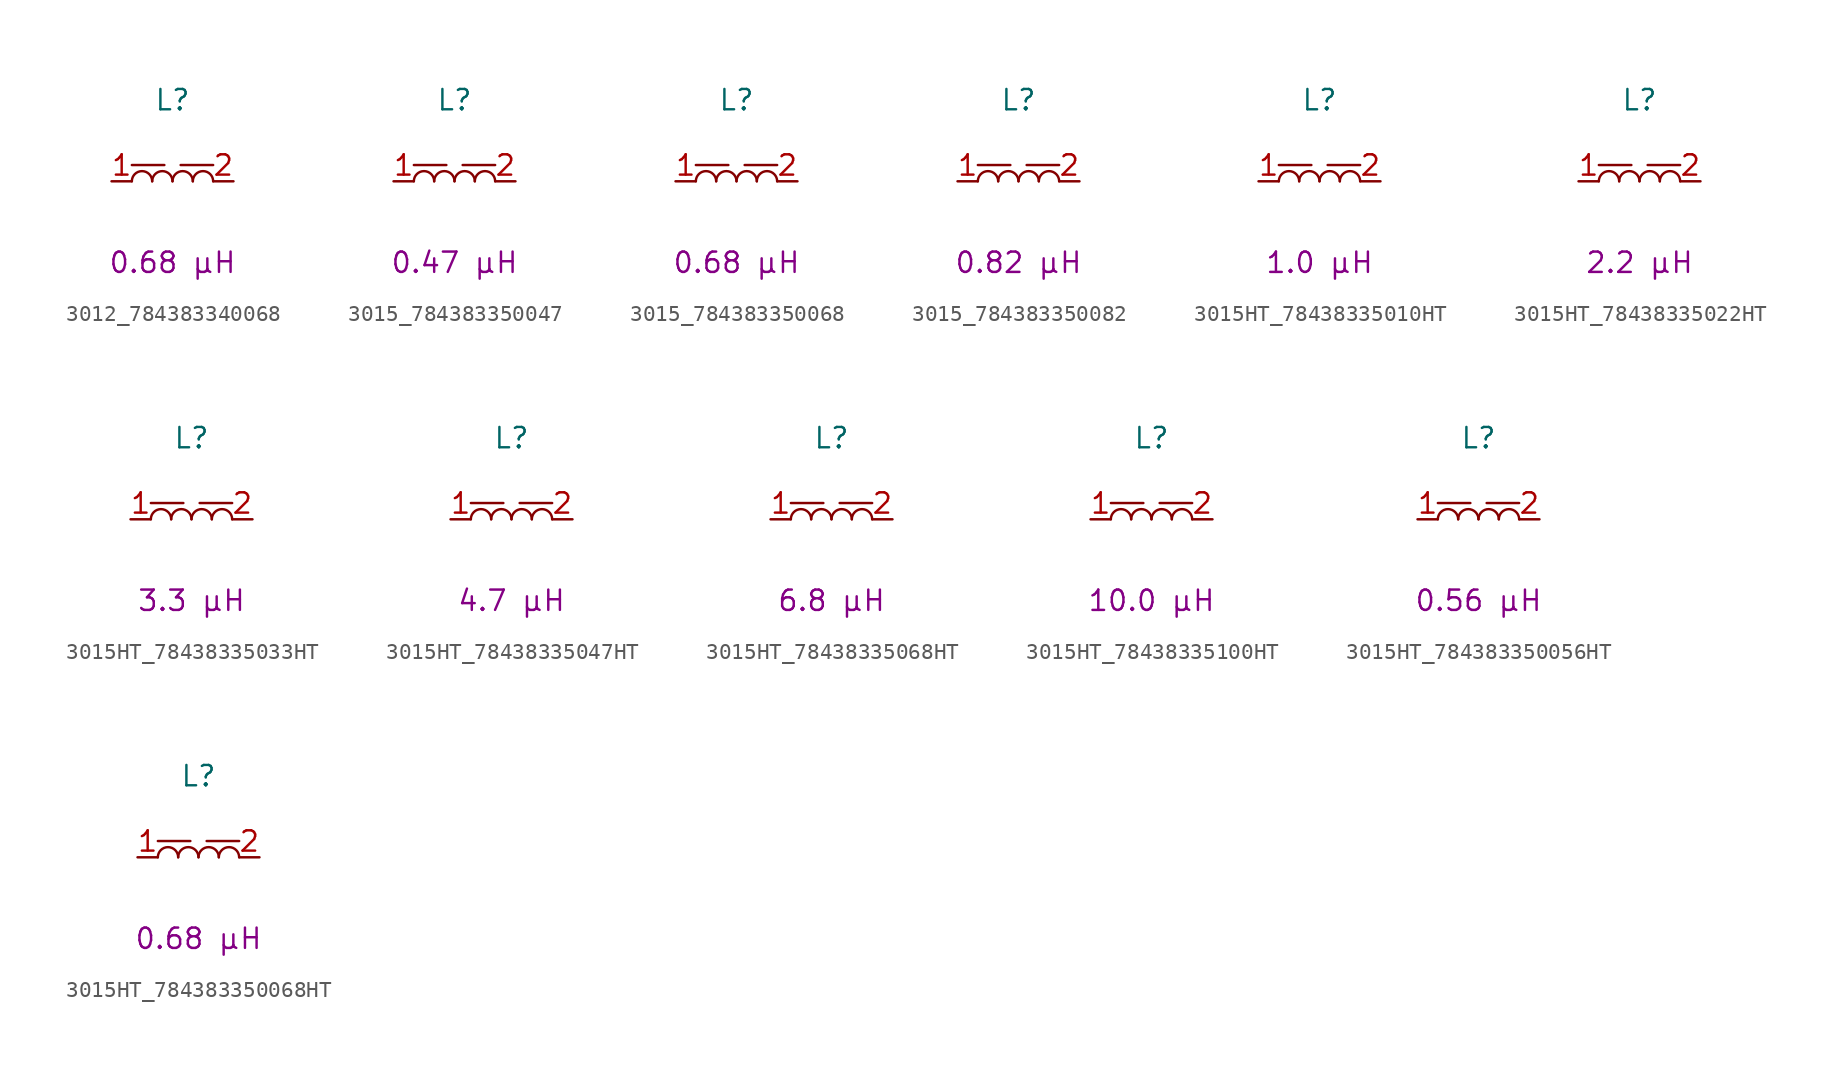
<source format=kicad_sym>
(kicad_symbol_lib
  (version 20220914)
  (generator kicad_symbol_editor)
  (symbol "3012_784383340068"
    (pin_names hide)
    (property "Reference" "L"
      (at 0 5.08 0)
      (effects (font (size 1.27 1.27))))
    (property "Critical Parameter" "0.68 µH"
      (at 0 -5.08 0)
      (effects (font (size 1.27 1.27))))
    (symbol "3012_784383340068_0_1"
      (arc (start -1.27 0) (mid -1.905 0.6323) (end -2.54 0) (stroke (width 0) (type default)) (fill (type none)))
      (arc (start 0 0) (mid -0.635 0.6323) (end -1.27 0) (stroke (width 0) (type default)) (fill (type none)))
      (polyline (pts (xy -2.54 1.016) (xy -0.508 1.016)) (stroke (width 0) (type default)) (fill (type none)))
      (arc (start 1.27 0) (mid 0.635 0.6323) (end 0 0) (stroke (width 0) (type default)) (fill (type none)))
      (arc (start 2.54 0) (mid 1.905 0.6323) (end 1.27 0) (stroke (width 0) (type default)) (fill (type none))))
    (symbol "3012_784383340068_1_1"
      (polyline (pts (xy 2.54 1.016) (xy 0.508 1.016)) (stroke (width 0) (type default)) (fill (type none)))
      (pin passive line (at -3.81 0 0) (length 1.27) (name "1" (effects (font (size 1.27 1.27)))) (number "1" (effects (font (size 1.27 1.27)))))
      (pin passive line (at 3.81 0 180) (length 1.27) (name "2" (effects (font (size 1.27 1.27)))) (number "2" (effects (font (size 1.27 1.27)))))))
  (symbol "3015_784383350047"
    (pin_names hide)
    (property "Reference" "L"
      (at 0 5.08 0)
      (effects (font (size 1.27 1.27))))
    (property "Critical Parameter" "0.47 µH"
      (at 0 -5.08 0)
      (effects (font (size 1.27 1.27))))
    (symbol "3015_784383350047_0_1"
      (arc (start -1.27 0) (mid -1.905 0.6323) (end -2.54 0) (stroke (width 0) (type default)) (fill (type none)))
      (arc (start 0 0) (mid -0.635 0.6323) (end -1.27 0) (stroke (width 0) (type default)) (fill (type none)))
      (polyline (pts (xy -2.54 1.016) (xy -0.508 1.016)) (stroke (width 0) (type default)) (fill (type none)))
      (arc (start 1.27 0) (mid 0.635 0.6323) (end 0 0) (stroke (width 0) (type default)) (fill (type none)))
      (arc (start 2.54 0) (mid 1.905 0.6323) (end 1.27 0) (stroke (width 0) (type default)) (fill (type none))))
    (symbol "3015_784383350047_1_1"
      (polyline (pts (xy 2.54 1.016) (xy 0.508 1.016)) (stroke (width 0) (type default)) (fill (type none)))
      (pin passive line (at -3.81 0 0) (length 1.27) (name "1" (effects (font (size 1.27 1.27)))) (number "1" (effects (font (size 1.27 1.27)))))
      (pin passive line (at 3.81 0 180) (length 1.27) (name "2" (effects (font (size 1.27 1.27)))) (number "2" (effects (font (size 1.27 1.27)))))))
  (symbol "3015_784383350068"
    (pin_names hide)
    (property "Reference" "L"
      (at 0 5.08 0)
      (effects (font (size 1.27 1.27))))
    (property "Critical Parameter" "0.68 µH"
      (at 0 -5.08 0)
      (effects (font (size 1.27 1.27))))
    (symbol "3015_784383350068_0_1"
      (arc (start -1.27 0) (mid -1.905 0.6323) (end -2.54 0) (stroke (width 0) (type default)) (fill (type none)))
      (arc (start 0 0) (mid -0.635 0.6323) (end -1.27 0) (stroke (width 0) (type default)) (fill (type none)))
      (polyline (pts (xy -2.54 1.016) (xy -0.508 1.016)) (stroke (width 0) (type default)) (fill (type none)))
      (arc (start 1.27 0) (mid 0.635 0.6323) (end 0 0) (stroke (width 0) (type default)) (fill (type none)))
      (arc (start 2.54 0) (mid 1.905 0.6323) (end 1.27 0) (stroke (width 0) (type default)) (fill (type none))))
    (symbol "3015_784383350068_1_1"
      (polyline (pts (xy 2.54 1.016) (xy 0.508 1.016)) (stroke (width 0) (type default)) (fill (type none)))
      (pin passive line (at -3.81 0 0) (length 1.27) (name "1" (effects (font (size 1.27 1.27)))) (number "1" (effects (font (size 1.27 1.27)))))
      (pin passive line (at 3.81 0 180) (length 1.27) (name "2" (effects (font (size 1.27 1.27)))) (number "2" (effects (font (size 1.27 1.27)))))))
  (symbol "3015_784383350082"
    (pin_names hide)
    (property "Reference" "L"
      (at 0 5.08 0)
      (effects (font (size 1.27 1.27))))
    (property "Critical Parameter" "0.82 µH"
      (at 0 -5.08 0)
      (effects (font (size 1.27 1.27))))
    (symbol "3015_784383350082_0_1"
      (arc (start -1.27 0) (mid -1.905 0.6323) (end -2.54 0) (stroke (width 0) (type default)) (fill (type none)))
      (arc (start 0 0) (mid -0.635 0.6323) (end -1.27 0) (stroke (width 0) (type default)) (fill (type none)))
      (polyline (pts (xy -2.54 1.016) (xy -0.508 1.016)) (stroke (width 0) (type default)) (fill (type none)))
      (arc (start 1.27 0) (mid 0.635 0.6323) (end 0 0) (stroke (width 0) (type default)) (fill (type none)))
      (arc (start 2.54 0) (mid 1.905 0.6323) (end 1.27 0) (stroke (width 0) (type default)) (fill (type none))))
    (symbol "3015_784383350082_1_1"
      (polyline (pts (xy 2.54 1.016) (xy 0.508 1.016)) (stroke (width 0) (type default)) (fill (type none)))
      (pin passive line (at -3.81 0 0) (length 1.27) (name "1" (effects (font (size 1.27 1.27)))) (number "1" (effects (font (size 1.27 1.27)))))
      (pin passive line (at 3.81 0 180) (length 1.27) (name "2" (effects (font (size 1.27 1.27)))) (number "2" (effects (font (size 1.27 1.27)))))))
  (symbol "3015HT_78438335010HT"
    (pin_names hide)
    (property "Reference" "L"
      (at 0 5.08 0)
      (effects (font (size 1.27 1.27))))
    (property "Critical Parameter" "1.0 µH"
      (at 0 -5.08 0)
      (effects (font (size 1.27 1.27))))
    (symbol "3015HT_78438335010HT_0_1"
      (arc (start -1.27 0) (mid -1.905 0.6323) (end -2.54 0) (stroke (width 0) (type default)) (fill (type none)))
      (arc (start 0 0) (mid -0.635 0.6323) (end -1.27 0) (stroke (width 0) (type default)) (fill (type none)))
      (polyline (pts (xy -2.54 1.016) (xy -0.508 1.016)) (stroke (width 0) (type default)) (fill (type none)))
      (arc (start 1.27 0) (mid 0.635 0.6323) (end 0 0) (stroke (width 0) (type default)) (fill (type none)))
      (arc (start 2.54 0) (mid 1.905 0.6323) (end 1.27 0) (stroke (width 0) (type default)) (fill (type none))))
    (symbol "3015HT_78438335010HT_1_1"
      (polyline (pts (xy 2.54 1.016) (xy 0.508 1.016)) (stroke (width 0) (type default)) (fill (type none)))
      (pin passive line (at -3.81 0 0) (length 1.27) (name "1" (effects (font (size 1.27 1.27)))) (number "1" (effects (font (size 1.27 1.27)))))
      (pin passive line (at 3.81 0 180) (length 1.27) (name "2" (effects (font (size 1.27 1.27)))) (number "2" (effects (font (size 1.27 1.27)))))))
  (symbol "3015HT_78438335022HT"
    (pin_names hide)
    (property "Reference" "L"
      (at 0 5.08 0)
      (effects (font (size 1.27 1.27))))
    (property "Critical Parameter" "2.2 µH"
      (at 0 -5.08 0)
      (effects (font (size 1.27 1.27))))
    (symbol "3015HT_78438335022HT_0_1"
      (arc (start -1.27 0) (mid -1.905 0.6323) (end -2.54 0) (stroke (width 0) (type default)) (fill (type none)))
      (arc (start 0 0) (mid -0.635 0.6323) (end -1.27 0) (stroke (width 0) (type default)) (fill (type none)))
      (polyline (pts (xy -2.54 1.016) (xy -0.508 1.016)) (stroke (width 0) (type default)) (fill (type none)))
      (arc (start 1.27 0) (mid 0.635 0.6323) (end 0 0) (stroke (width 0) (type default)) (fill (type none)))
      (arc (start 2.54 0) (mid 1.905 0.6323) (end 1.27 0) (stroke (width 0) (type default)) (fill (type none))))
    (symbol "3015HT_78438335022HT_1_1"
      (polyline (pts (xy 2.54 1.016) (xy 0.508 1.016)) (stroke (width 0) (type default)) (fill (type none)))
      (pin passive line (at -3.81 0 0) (length 1.27) (name "1" (effects (font (size 1.27 1.27)))) (number "1" (effects (font (size 1.27 1.27)))))
      (pin passive line (at 3.81 0 180) (length 1.27) (name "2" (effects (font (size 1.27 1.27)))) (number "2" (effects (font (size 1.27 1.27)))))))
  (symbol "3015HT_78438335033HT"
    (pin_names hide)
    (property "Reference" "L"
      (at 0 5.08 0)
      (effects (font (size 1.27 1.27))))
    (property "Critical Parameter" "3.3 µH"
      (at 0 -5.08 0)
      (effects (font (size 1.27 1.27))))
    (symbol "3015HT_78438335033HT_0_1"
      (arc (start -1.27 0) (mid -1.905 0.6323) (end -2.54 0) (stroke (width 0) (type default)) (fill (type none)))
      (arc (start 0 0) (mid -0.635 0.6323) (end -1.27 0) (stroke (width 0) (type default)) (fill (type none)))
      (polyline (pts (xy -2.54 1.016) (xy -0.508 1.016)) (stroke (width 0) (type default)) (fill (type none)))
      (arc (start 1.27 0) (mid 0.635 0.6323) (end 0 0) (stroke (width 0) (type default)) (fill (type none)))
      (arc (start 2.54 0) (mid 1.905 0.6323) (end 1.27 0) (stroke (width 0) (type default)) (fill (type none))))
    (symbol "3015HT_78438335033HT_1_1"
      (polyline (pts (xy 2.54 1.016) (xy 0.508 1.016)) (stroke (width 0) (type default)) (fill (type none)))
      (pin passive line (at -3.81 0 0) (length 1.27) (name "1" (effects (font (size 1.27 1.27)))) (number "1" (effects (font (size 1.27 1.27)))))
      (pin passive line (at 3.81 0 180) (length 1.27) (name "2" (effects (font (size 1.27 1.27)))) (number "2" (effects (font (size 1.27 1.27)))))))
  (symbol "3015HT_78438335047HT"
    (pin_names hide)
    (property "Reference" "L"
      (at 0 5.08 0)
      (effects (font (size 1.27 1.27))))
    (property "Critical Parameter" "4.7 µH"
      (at 0 -5.08 0)
      (effects (font (size 1.27 1.27))))
    (symbol "3015HT_78438335047HT_0_1"
      (arc (start -1.27 0) (mid -1.905 0.6323) (end -2.54 0) (stroke (width 0) (type default)) (fill (type none)))
      (arc (start 0 0) (mid -0.635 0.6323) (end -1.27 0) (stroke (width 0) (type default)) (fill (type none)))
      (polyline (pts (xy -2.54 1.016) (xy -0.508 1.016)) (stroke (width 0) (type default)) (fill (type none)))
      (arc (start 1.27 0) (mid 0.635 0.6323) (end 0 0) (stroke (width 0) (type default)) (fill (type none)))
      (arc (start 2.54 0) (mid 1.905 0.6323) (end 1.27 0) (stroke (width 0) (type default)) (fill (type none))))
    (symbol "3015HT_78438335047HT_1_1"
      (polyline (pts (xy 2.54 1.016) (xy 0.508 1.016)) (stroke (width 0) (type default)) (fill (type none)))
      (pin passive line (at -3.81 0 0) (length 1.27) (name "1" (effects (font (size 1.27 1.27)))) (number "1" (effects (font (size 1.27 1.27)))))
      (pin passive line (at 3.81 0 180) (length 1.27) (name "2" (effects (font (size 1.27 1.27)))) (number "2" (effects (font (size 1.27 1.27)))))))
  (symbol "3015HT_78438335068HT"
    (pin_names hide)
    (property "Reference" "L"
      (at 0 5.08 0)
      (effects (font (size 1.27 1.27))))
    (property "Critical Parameter" "6.8 µH"
      (at 0 -5.08 0)
      (effects (font (size 1.27 1.27))))
    (symbol "3015HT_78438335068HT_0_1"
      (arc (start -1.27 0) (mid -1.905 0.6323) (end -2.54 0) (stroke (width 0) (type default)) (fill (type none)))
      (arc (start 0 0) (mid -0.635 0.6323) (end -1.27 0) (stroke (width 0) (type default)) (fill (type none)))
      (polyline (pts (xy -2.54 1.016) (xy -0.508 1.016)) (stroke (width 0) (type default)) (fill (type none)))
      (arc (start 1.27 0) (mid 0.635 0.6323) (end 0 0) (stroke (width 0) (type default)) (fill (type none)))
      (arc (start 2.54 0) (mid 1.905 0.6323) (end 1.27 0) (stroke (width 0) (type default)) (fill (type none))))
    (symbol "3015HT_78438335068HT_1_1"
      (polyline (pts (xy 2.54 1.016) (xy 0.508 1.016)) (stroke (width 0) (type default)) (fill (type none)))
      (pin passive line (at -3.81 0 0) (length 1.27) (name "1" (effects (font (size 1.27 1.27)))) (number "1" (effects (font (size 1.27 1.27)))))
      (pin passive line (at 3.81 0 180) (length 1.27) (name "2" (effects (font (size 1.27 1.27)))) (number "2" (effects (font (size 1.27 1.27)))))))
  (symbol "3015HT_78438335100HT"
    (pin_names hide)
    (property "Reference" "L"
      (at 0 5.08 0)
      (effects (font (size 1.27 1.27))))
    (property "Critical Parameter" "10.0 µH"
      (at 0 -5.08 0)
      (effects (font (size 1.27 1.27))))
    (symbol "3015HT_78438335100HT_0_1"
      (arc (start -1.27 0) (mid -1.905 0.6323) (end -2.54 0) (stroke (width 0) (type default)) (fill (type none)))
      (arc (start 0 0) (mid -0.635 0.6323) (end -1.27 0) (stroke (width 0) (type default)) (fill (type none)))
      (polyline (pts (xy -2.54 1.016) (xy -0.508 1.016)) (stroke (width 0) (type default)) (fill (type none)))
      (arc (start 1.27 0) (mid 0.635 0.6323) (end 0 0) (stroke (width 0) (type default)) (fill (type none)))
      (arc (start 2.54 0) (mid 1.905 0.6323) (end 1.27 0) (stroke (width 0) (type default)) (fill (type none))))
    (symbol "3015HT_78438335100HT_1_1"
      (polyline (pts (xy 2.54 1.016) (xy 0.508 1.016)) (stroke (width 0) (type default)) (fill (type none)))
      (pin passive line (at -3.81 0 0) (length 1.27) (name "1" (effects (font (size 1.27 1.27)))) (number "1" (effects (font (size 1.27 1.27)))))
      (pin passive line (at 3.81 0 180) (length 1.27) (name "2" (effects (font (size 1.27 1.27)))) (number "2" (effects (font (size 1.27 1.27)))))))
  (symbol "3015HT_784383350056HT"
    (pin_names hide)
    (property "Reference" "L"
      (at 0 5.08 0)
      (effects (font (size 1.27 1.27))))
    (property "Critical Parameter" "0.56 µH"
      (at 0 -5.08 0)
      (effects (font (size 1.27 1.27))))
    (symbol "3015HT_784383350056HT_0_1"
      (arc (start -1.27 0) (mid -1.905 0.6323) (end -2.54 0) (stroke (width 0) (type default)) (fill (type none)))
      (arc (start 0 0) (mid -0.635 0.6323) (end -1.27 0) (stroke (width 0) (type default)) (fill (type none)))
      (polyline (pts (xy -2.54 1.016) (xy -0.508 1.016)) (stroke (width 0) (type default)) (fill (type none)))
      (arc (start 1.27 0) (mid 0.635 0.6323) (end 0 0) (stroke (width 0) (type default)) (fill (type none)))
      (arc (start 2.54 0) (mid 1.905 0.6323) (end 1.27 0) (stroke (width 0) (type default)) (fill (type none))))
    (symbol "3015HT_784383350056HT_1_1"
      (polyline (pts (xy 2.54 1.016) (xy 0.508 1.016)) (stroke (width 0) (type default)) (fill (type none)))
      (pin passive line (at -3.81 0 0) (length 1.27) (name "1" (effects (font (size 1.27 1.27)))) (number "1" (effects (font (size 1.27 1.27)))))
      (pin passive line (at 3.81 0 180) (length 1.27) (name "2" (effects (font (size 1.27 1.27)))) (number "2" (effects (font (size 1.27 1.27)))))))
  (symbol "3015HT_784383350068HT"
    (pin_names hide)
    (property "Reference" "L"
      (at 0 5.08 0)
      (effects (font (size 1.27 1.27))))
    (property "Critical Parameter" "0.68 µH"
      (at 0 -5.08 0)
      (effects (font (size 1.27 1.27))))
    (symbol "3015HT_784383350068HT_0_1"
      (arc (start -1.27 0) (mid -1.905 0.6323) (end -2.54 0) (stroke (width 0) (type default)) (fill (type none)))
      (arc (start 0 0) (mid -0.635 0.6323) (end -1.27 0) (stroke (width 0) (type default)) (fill (type none)))
      (polyline (pts (xy -2.54 1.016) (xy -0.508 1.016)) (stroke (width 0) (type default)) (fill (type none)))
      (arc (start 1.27 0) (mid 0.635 0.6323) (end 0 0) (stroke (width 0) (type default)) (fill (type none)))
      (arc (start 2.54 0) (mid 1.905 0.6323) (end 1.27 0) (stroke (width 0) (type default)) (fill (type none))))
    (symbol "3015HT_784383350068HT_1_1"
      (polyline (pts (xy 2.54 1.016) (xy 0.508 1.016)) (stroke (width 0) (type default)) (fill (type none)))
      (pin passive line (at -3.81 0 0) (length 1.27) (name "1" (effects (font (size 1.27 1.27)))) (number "1" (effects (font (size 1.27 1.27)))))
      (pin passive line (at 3.81 0 180) (length 1.27) (name "2" (effects (font (size 1.27 1.27)))) (number "2" (effects (font (size 1.27 1.27))))))))
</source>
